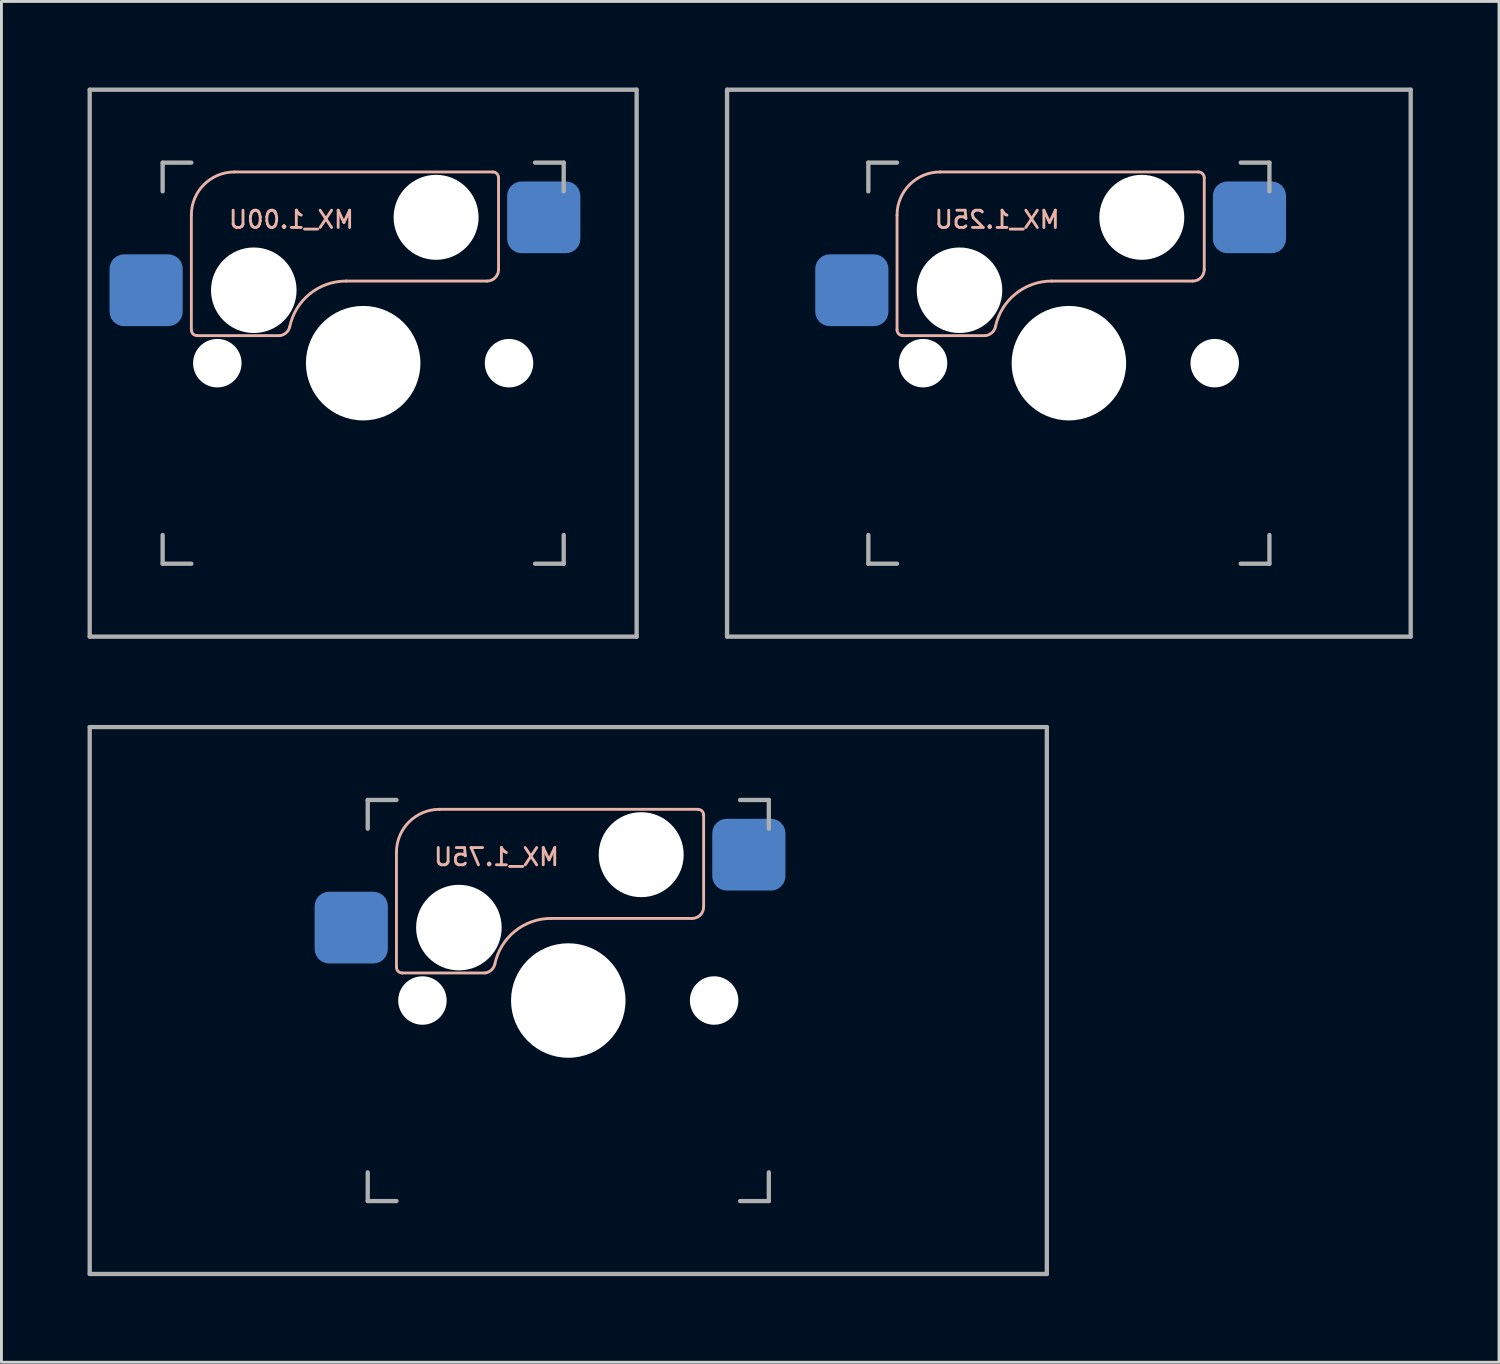
<source format=kicad_pcb>
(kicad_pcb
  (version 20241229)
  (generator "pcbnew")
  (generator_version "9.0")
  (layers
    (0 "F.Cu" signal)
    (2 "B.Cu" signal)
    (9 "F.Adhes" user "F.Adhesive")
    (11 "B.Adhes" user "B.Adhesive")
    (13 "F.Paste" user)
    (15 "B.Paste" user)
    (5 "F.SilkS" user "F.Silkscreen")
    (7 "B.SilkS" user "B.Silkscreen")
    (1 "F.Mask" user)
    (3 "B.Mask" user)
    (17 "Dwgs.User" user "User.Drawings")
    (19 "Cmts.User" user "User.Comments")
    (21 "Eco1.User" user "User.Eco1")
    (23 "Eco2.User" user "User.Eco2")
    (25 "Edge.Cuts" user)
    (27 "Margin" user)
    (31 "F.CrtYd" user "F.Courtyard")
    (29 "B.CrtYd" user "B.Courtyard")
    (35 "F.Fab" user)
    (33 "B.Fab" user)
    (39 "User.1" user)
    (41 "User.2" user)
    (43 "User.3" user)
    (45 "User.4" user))
  (footprint "MX_1.00U"
    (layer "F.Cu")
    (at 9.6 9.6)
    (property "Reference" "MX_1.00U" (at -2.5 -5 0) (layer "B.SilkS") (effects (font (size 0.6 0.6) (thickness 0.1)) (justify mirror)))
    (attr smd)
    (fp_line (start -5.985 -5.16) (end -5.985 -1.16) (stroke (width 0.1) (type solid)) (layer "B.SilkS"))
    (fp_line (start -5.785 -0.96) (end -2.9 -0.96) (stroke (width 0.1) (type solid)) (layer "B.SilkS"))
    (fp_line (start -4.485 -6.66) (end 4.515 -6.66) (stroke (width 0.1) (type solid)) (layer "B.SilkS"))
    (fp_line (start 4.315 -2.86) (end -0.6 -2.86) (stroke (width 0.1) (type solid)) (layer "B.SilkS"))
    (fp_line (start 4.715 -6.46) (end 4.715 -3.26) (stroke (width 0.1) (type solid)) (layer "B.SilkS"))
    (fp_arc (start -5.985 -5.16) (mid -5.54566 -6.22066) (end -4.485 -6.66) (stroke (width 0.1) (type solid)) (layer "B.SilkS"))
    (fp_arc (start -5.785 -0.96) (mid -5.926421 -1.018579) (end -5.985 -1.16) (stroke (width 0.1) (type solid)) (layer "B.SilkS"))
    (fp_arc (start -2.558575 -1.264949) (mid -1.862953 -2.41079) (end -0.6 -2.86) (stroke (width 0.1) (type solid)) (layer "B.SilkS"))
    (fp_arc (start -2.557532 -1.264687) (mid -2.681837 -1.059595) (end -2.9 -0.96) (stroke (width 0.1) (type solid)) (layer "B.SilkS"))
    (fp_arc (start 4.515 -6.66) (mid 4.656421 -6.601421) (end 4.715 -6.46) (stroke (width 0.1) (type solid)) (layer "B.SilkS"))
    (fp_arc (start 4.715 -3.26) (mid 4.597843 -2.977157) (end 4.315 -2.86) (stroke (width 0.1) (type solid)) (layer "B.SilkS"))
    (fp_line (start -6.985 6.985) (end -6.985 -6.985) (stroke (width 0.15) (type solid)) (layer "Eco2.User"))
    (fp_line (start -6.985 6.985) (end 6.985 6.985) (stroke (width 0.15) (type solid)) (layer "Eco2.User"))
    (fp_line (start 6.985 -6.985) (end -6.985 -6.985) (stroke (width 0.15) (type solid)) (layer "Eco2.User"))
    (fp_line (start 6.985 -6.985) (end 6.985 6.985) (stroke (width 0.15) (type solid)) (layer "Eco2.User"))
    (fp_line (start -9.525 -9.525) (end 9.525 -9.525) (stroke (width 0.15) (type solid)) (layer "F.Fab"))
    (fp_line (start -9.525 9.525) (end -9.525 -9.525) (stroke (width 0.15) (type solid)) (layer "F.Fab"))
    (fp_line (start -6.985 -5.985) (end -6.985 -6.985) (stroke (width 0.15) (type solid)) (layer "F.Fab"))
    (fp_line (start -6.985 6.985) (end -6.985 5.985) (stroke (width 0.15) (type solid)) (layer "F.Fab"))
    (fp_line (start -6.985 6.985) (end -5.985 6.985) (stroke (width 0.15) (type solid)) (layer "F.Fab"))
    (fp_line (start -5.985 -6.985) (end -6.985 -6.985) (stroke (width 0.15) (type solid)) (layer "F.Fab"))
    (fp_line (start 5.985 6.985) (end 6.985 6.985) (stroke (width 0.15) (type solid)) (layer "F.Fab"))
    (fp_line (start 6.985 -6.985) (end 5.985 -6.985) (stroke (width 0.15) (type solid)) (layer "F.Fab"))
    (fp_line (start 6.985 -6.985) (end 6.985 -5.985) (stroke (width 0.15) (type solid)) (layer "F.Fab"))
    (fp_line (start 6.985 5.985) (end 6.985 6.985) (stroke (width 0.15) (type solid)) (layer "F.Fab"))
    (fp_line (start 9.525 -9.525) (end 9.525 9.525) (stroke (width 0.15) (type solid)) (layer "F.Fab"))
    (fp_line (start 9.525 9.525) (end -9.525 9.525) (stroke (width 0.15) (type solid)) (layer "F.Fab"))
    (pad "" np_thru_hole circle (at -5.08 0) (size 1.688 1.688) (drill 1.688) (layers "*.Cu" "*.Mask"))
    (pad "" np_thru_hole circle (at -3.81 -2.54) (size 2.98 2.98) (drill 2.98) (layers "*.Cu" "*.Mask"))
    (pad "" np_thru_hole circle (at 0 0) (size 3.988 3.988) (drill 3.988) (layers "*.Cu" "*.Mask"))
    (pad "" np_thru_hole circle (at 2.54 -5.08) (size 2.96 2.96) (drill 2.96) (layers "*.Cu" "*.Mask"))
    (pad "" np_thru_hole circle (at 5.08 0) (size 1.688 1.688) (drill 1.688) (layers "*.Cu" "*.Mask"))
    (pad "1" smd roundrect (at 6.29 -5.08) (size 2.55 2.5) (layers "B.Cu" "B.Mask" "B.Paste") (roundrect_rratio 0.2))
    (pad "2" smd roundrect (at -7.56 -2.54) (size 2.55 2.5) (layers "B.Cu" "B.Mask" "B.Paste") (roundrect_rratio 0.2)))
  (footprint "MX_1.75U"
    (layer "F.Cu")
    (at 16.744 31.8)
    (property "Reference" "MX_1.75U" (at -2.5 -5 0) (layer "B.SilkS") (effects (font (size 0.6 0.6) (thickness 0.1)) (justify mirror)))
    (attr smd)
    (fp_line (start -5.985 -5.16) (end -5.985 -1.16) (stroke (width 0.1) (type solid)) (layer "B.SilkS"))
    (fp_line (start -5.785 -0.96) (end -2.9 -0.96) (stroke (width 0.1) (type solid)) (layer "B.SilkS"))
    (fp_line (start -4.485 -6.66) (end 4.515 -6.66) (stroke (width 0.1) (type solid)) (layer "B.SilkS"))
    (fp_line (start 4.315 -2.86) (end -0.6 -2.86) (stroke (width 0.1) (type solid)) (layer "B.SilkS"))
    (fp_line (start 4.715 -6.46) (end 4.715 -3.26) (stroke (width 0.1) (type solid)) (layer "B.SilkS"))
    (fp_arc (start -5.985 -5.16) (mid -5.54566 -6.22066) (end -4.485 -6.66) (stroke (width 0.1) (type solid)) (layer "B.SilkS"))
    (fp_arc (start -5.785 -0.96) (mid -5.926421 -1.018579) (end -5.985 -1.16) (stroke (width 0.1) (type solid)) (layer "B.SilkS"))
    (fp_arc (start -2.558575 -1.264949) (mid -1.862953 -2.41079) (end -0.6 -2.86) (stroke (width 0.1) (type solid)) (layer "B.SilkS"))
    (fp_arc (start -2.557532 -1.264687) (mid -2.681837 -1.059595) (end -2.9 -0.96) (stroke (width 0.1) (type solid)) (layer "B.SilkS"))
    (fp_arc (start 4.515 -6.66) (mid 4.656421 -6.601421) (end 4.715 -6.46) (stroke (width 0.1) (type solid)) (layer "B.SilkS"))
    (fp_arc (start 4.715 -3.26) (mid 4.597843 -2.977157) (end 4.315 -2.86) (stroke (width 0.1) (type solid)) (layer "B.SilkS"))
    (fp_line (start -6.985 6.985) (end -6.985 -6.985) (stroke (width 0.15) (type solid)) (layer "Eco2.User"))
    (fp_line (start -6.985 6.985) (end 6.985 6.985) (stroke (width 0.15) (type solid)) (layer "Eco2.User"))
    (fp_line (start 6.985 -6.985) (end -6.985 -6.985) (stroke (width 0.15) (type solid)) (layer "Eco2.User"))
    (fp_line (start 6.985 -6.985) (end 6.985 6.985) (stroke (width 0.15) (type solid)) (layer "Eco2.User"))
    (fp_line (start -16.669 -9.525) (end 16.669 -9.525) (stroke (width 0.15) (type solid)) (layer "F.Fab"))
    (fp_line (start -16.669 9.525) (end -16.669 -9.525) (stroke (width 0.15) (type solid)) (layer "F.Fab"))
    (fp_line (start -6.985 -5.985) (end -6.985 -6.985) (stroke (width 0.15) (type solid)) (layer "F.Fab"))
    (fp_line (start -6.985 6.985) (end -6.985 5.985) (stroke (width 0.15) (type solid)) (layer "F.Fab"))
    (fp_line (start -6.985 6.985) (end -5.985 6.985) (stroke (width 0.15) (type solid)) (layer "F.Fab"))
    (fp_line (start -5.985 -6.985) (end -6.985 -6.985) (stroke (width 0.15) (type solid)) (layer "F.Fab"))
    (fp_line (start 5.985 6.985) (end 6.985 6.985) (stroke (width 0.15) (type solid)) (layer "F.Fab"))
    (fp_line (start 6.985 -6.985) (end 5.985 -6.985) (stroke (width 0.15) (type solid)) (layer "F.Fab"))
    (fp_line (start 6.985 -6.985) (end 6.985 -5.985) (stroke (width 0.15) (type solid)) (layer "F.Fab"))
    (fp_line (start 6.985 5.985) (end 6.985 6.985) (stroke (width 0.15) (type solid)) (layer "F.Fab"))
    (fp_line (start 16.669 -9.525) (end 16.669 9.525) (stroke (width 0.15) (type solid)) (layer "F.Fab"))
    (fp_line (start 16.669 9.525) (end -16.669 9.525) (stroke (width 0.15) (type solid)) (layer "F.Fab"))
    (pad "" np_thru_hole circle (at -5.08 0) (size 1.688 1.688) (drill 1.688) (layers "*.Cu" "*.Mask"))
    (pad "" np_thru_hole circle (at -3.81 -2.54) (size 2.98 2.98) (drill 2.98) (layers "*.Cu" "*.Mask"))
    (pad "" np_thru_hole circle (at 0 0) (size 3.988 3.988) (drill 3.988) (layers "*.Cu" "*.Mask"))
    (pad "" np_thru_hole circle (at 2.54 -5.08) (size 2.96 2.96) (drill 2.96) (layers "*.Cu" "*.Mask"))
    (pad "" np_thru_hole circle (at 5.08 0) (size 1.688 1.688) (drill 1.688) (layers "*.Cu" "*.Mask"))
    (pad "1" smd roundrect (at 6.29 -5.08) (size 2.55 2.5) (layers "B.Cu" "B.Mask" "B.Paste") (roundrect_rratio 0.2))
    (pad "2" smd roundrect (at -7.56 -2.54) (size 2.55 2.5) (layers "B.Cu" "B.Mask" "B.Paste") (roundrect_rratio 0.2)))
  (footprint "MX_1.25U"
    (layer "F.Cu")
    (at 34.181 9.6)
    (property "Reference" "MX_1.25U" (at -2.5 -5 0) (layer "B.SilkS") (effects (font (size 0.6 0.6) (thickness 0.1)) (justify mirror)))
    (attr smd)
    (fp_line (start -5.985 -5.16) (end -5.985 -1.16) (stroke (width 0.1) (type solid)) (layer "B.SilkS"))
    (fp_line (start -5.785 -0.96) (end -2.9 -0.96) (stroke (width 0.1) (type solid)) (layer "B.SilkS"))
    (fp_line (start -4.485 -6.66) (end 4.515 -6.66) (stroke (width 0.1) (type solid)) (layer "B.SilkS"))
    (fp_line (start 4.315 -2.86) (end -0.6 -2.86) (stroke (width 0.1) (type solid)) (layer "B.SilkS"))
    (fp_line (start 4.715 -6.46) (end 4.715 -3.26) (stroke (width 0.1) (type solid)) (layer "B.SilkS"))
    (fp_arc (start -5.985 -5.16) (mid -5.54566 -6.22066) (end -4.485 -6.66) (stroke (width 0.1) (type solid)) (layer "B.SilkS"))
    (fp_arc (start -5.785 -0.96) (mid -5.926421 -1.018579) (end -5.985 -1.16) (stroke (width 0.1) (type solid)) (layer "B.SilkS"))
    (fp_arc (start -2.558575 -1.264949) (mid -1.862953 -2.41079) (end -0.6 -2.86) (stroke (width 0.1) (type solid)) (layer "B.SilkS"))
    (fp_arc (start -2.557532 -1.264687) (mid -2.681837 -1.059595) (end -2.9 -0.96) (stroke (width 0.1) (type solid)) (layer "B.SilkS"))
    (fp_arc (start 4.515 -6.66) (mid 4.656421 -6.601421) (end 4.715 -6.46) (stroke (width 0.1) (type solid)) (layer "B.SilkS"))
    (fp_arc (start 4.715 -3.26) (mid 4.597843 -2.977157) (end 4.315 -2.86) (stroke (width 0.1) (type solid)) (layer "B.SilkS"))
    (fp_line (start -6.985 6.985) (end -6.985 -6.985) (stroke (width 0.15) (type solid)) (layer "Eco2.User"))
    (fp_line (start -6.985 6.985) (end 6.985 6.985) (stroke (width 0.15) (type solid)) (layer "Eco2.User"))
    (fp_line (start 6.985 -6.985) (end -6.985 -6.985) (stroke (width 0.15) (type solid)) (layer "Eco2.User"))
    (fp_line (start 6.985 -6.985) (end 6.985 6.985) (stroke (width 0.15) (type solid)) (layer "Eco2.User"))
    (fp_line (start -11.906 -9.525) (end 11.906 -9.525) (stroke (width 0.15) (type solid)) (layer "F.Fab"))
    (fp_line (start -11.906 9.525) (end -11.906 -9.525) (stroke (width 0.15) (type solid)) (layer "F.Fab"))
    (fp_line (start -6.985 -5.985) (end -6.985 -6.985) (stroke (width 0.15) (type solid)) (layer "F.Fab"))
    (fp_line (start -6.985 6.985) (end -6.985 5.985) (stroke (width 0.15) (type solid)) (layer "F.Fab"))
    (fp_line (start -6.985 6.985) (end -5.985 6.985) (stroke (width 0.15) (type solid)) (layer "F.Fab"))
    (fp_line (start -5.985 -6.985) (end -6.985 -6.985) (stroke (width 0.15) (type solid)) (layer "F.Fab"))
    (fp_line (start 5.985 6.985) (end 6.985 6.985) (stroke (width 0.15) (type solid)) (layer "F.Fab"))
    (fp_line (start 6.985 -6.985) (end 5.985 -6.985) (stroke (width 0.15) (type solid)) (layer "F.Fab"))
    (fp_line (start 6.985 -6.985) (end 6.985 -5.985) (stroke (width 0.15) (type solid)) (layer "F.Fab"))
    (fp_line (start 6.985 5.985) (end 6.985 6.985) (stroke (width 0.15) (type solid)) (layer "F.Fab"))
    (fp_line (start 11.906 -9.525) (end 11.906 9.525) (stroke (width 0.15) (type solid)) (layer "F.Fab"))
    (fp_line (start 11.906 9.525) (end -11.906 9.525) (stroke (width 0.15) (type solid)) (layer "F.Fab"))
    (pad "" np_thru_hole circle (at -5.08 0) (size 1.688 1.688) (drill 1.688) (layers "*.Cu" "*.Mask"))
    (pad "" np_thru_hole circle (at -3.81 -2.54) (size 2.98 2.98) (drill 2.98) (layers "*.Cu" "*.Mask"))
    (pad "" np_thru_hole circle (at 0 0) (size 3.988 3.988) (drill 3.988) (layers "*.Cu" "*.Mask"))
    (pad "" np_thru_hole circle (at 2.54 -5.08) (size 2.96 2.96) (drill 2.96) (layers "*.Cu" "*.Mask"))
    (pad "" np_thru_hole circle (at 5.08 0) (size 1.688 1.688) (drill 1.688) (layers "*.Cu" "*.Mask"))
    (pad "1" smd roundrect (at 6.29 -5.08) (size 2.55 2.5) (layers "B.Cu" "B.Mask" "B.Paste") (roundrect_rratio 0.2))
    (pad "2" smd roundrect (at -7.56 -2.54) (size 2.55 2.5) (layers "B.Cu" "B.Mask" "B.Paste") (roundrect_rratio 0.2)))
  (gr_rect
    (start -3 -3)
    (end 49.163 44.4)
    (stroke (width 0.1) (type default))
    (fill no)
    (layer "Edge.Cuts")))
</source>
